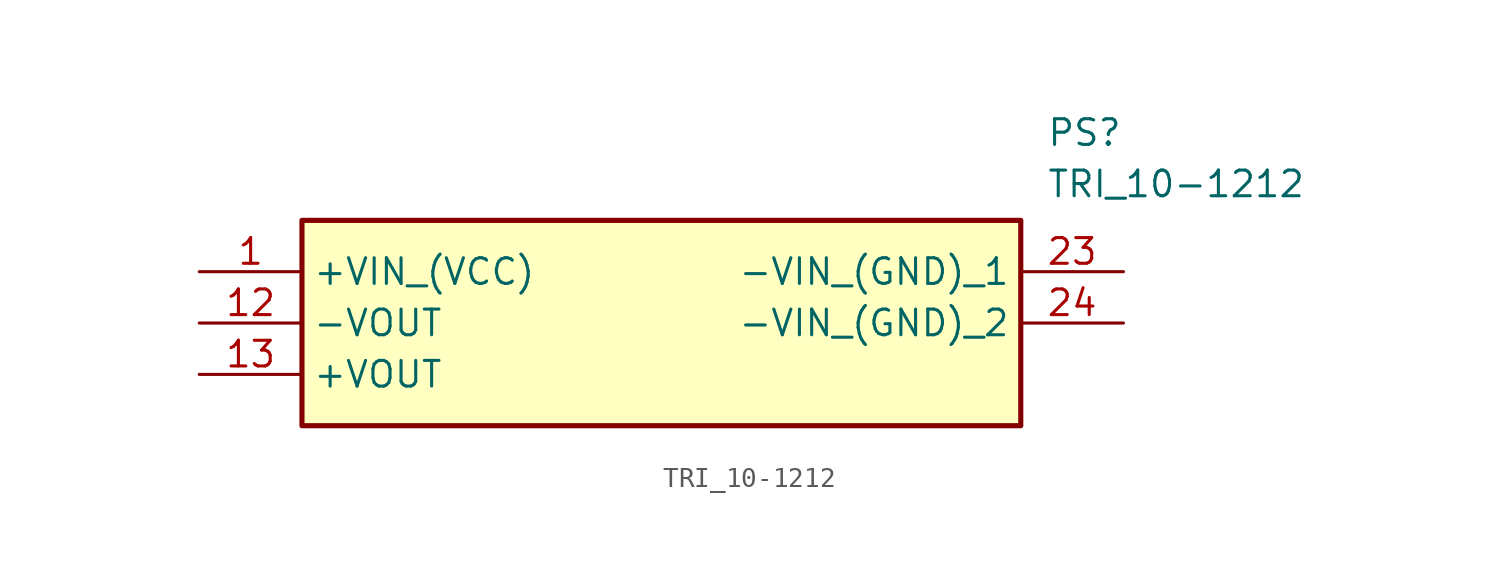
<source format=kicad_sym>
(kicad_symbol_lib
  (version 20211014)
  (generator SamacSys_ECAD_Model)
  (symbol "TRI_10-1212"
    (property "Reference" "PS"
      (at 41.91 7.62 0)
      (effects (font (size 1.27 1.27)) (justify left top)))
    (property "Value" "TRI_10-1212"
      (at 41.91 5.08 0)
      (effects (font (size 1.27 1.27)) (justify left top)))
    (rectangle
      (start 5.08 2.54)
      (end 40.64 -7.62)
      (stroke (width 0.254) (type default))
      (fill (type background)))
    (pin passive line
      (at 0 0 0)
      (length 5.08)
      (name "+VIN_(VCC)" (effects (font (size 1.27 1.27))))
      (number "1" (effects (font (size 1.27 1.27)))))
    (pin passive line
      (at 0 -2.54 0)
      (length 5.08)
      (name "-VOUT" (effects (font (size 1.27 1.27))))
      (number "12" (effects (font (size 1.27 1.27)))))
    (pin passive line
      (at 0 -5.08 0)
      (length 5.08)
      (name "+VOUT" (effects (font (size 1.27 1.27))))
      (number "13" (effects (font (size 1.27 1.27)))))
    (pin passive line
      (at 45.72 0 180)
      (length 5.08)
      (name "-VIN_(GND)_1" (effects (font (size 1.27 1.27))))
      (number "23" (effects (font (size 1.27 1.27)))))
    (pin passive line
      (at 45.72 -2.54 180)
      (length 5.08)
      (name "-VIN_(GND)_2" (effects (font (size 1.27 1.27))))
      (number "24" (effects (font (size 1.27 1.27)))))))
</source>
